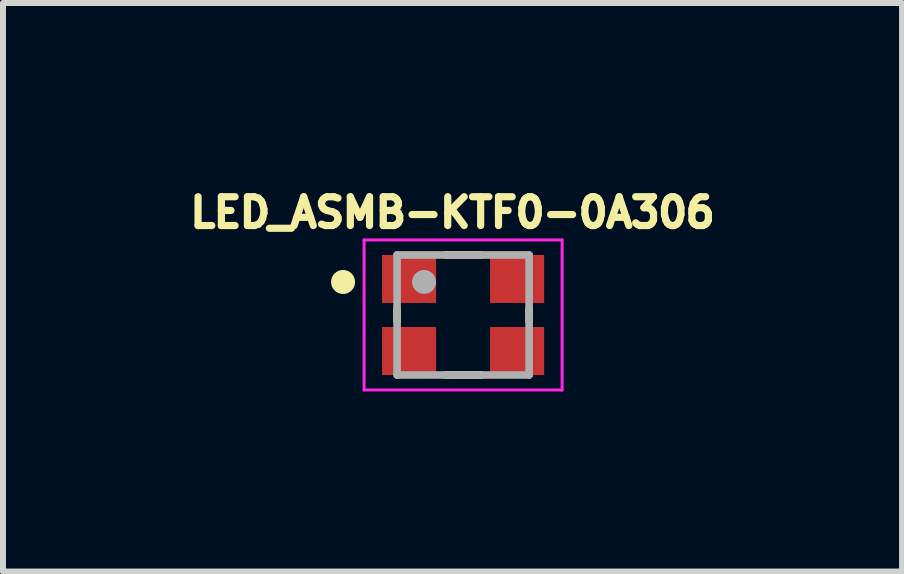
<source format=kicad_pcb>
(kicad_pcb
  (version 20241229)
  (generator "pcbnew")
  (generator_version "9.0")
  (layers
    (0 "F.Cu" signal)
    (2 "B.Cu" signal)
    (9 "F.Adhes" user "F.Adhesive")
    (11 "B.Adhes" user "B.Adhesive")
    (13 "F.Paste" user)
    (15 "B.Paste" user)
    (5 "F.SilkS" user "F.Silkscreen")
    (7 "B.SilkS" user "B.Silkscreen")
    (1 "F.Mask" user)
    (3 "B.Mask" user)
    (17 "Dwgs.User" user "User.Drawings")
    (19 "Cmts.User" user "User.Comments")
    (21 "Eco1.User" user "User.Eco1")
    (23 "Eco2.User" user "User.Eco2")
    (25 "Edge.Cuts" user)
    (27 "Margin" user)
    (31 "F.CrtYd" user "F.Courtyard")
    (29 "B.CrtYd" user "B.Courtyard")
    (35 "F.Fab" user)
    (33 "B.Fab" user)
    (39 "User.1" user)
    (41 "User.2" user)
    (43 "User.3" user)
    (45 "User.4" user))
  (footprint "LED_ASMB-KTF0-0A306"
    (layer "F.Cu")
    (at 4.666 2.198)
    (property "Reference" "LED_ASMB-KTF0-0A306" (at -0.176 -1.706 0) (layer "F.SilkS") (effects (font (size 0.48 0.48) (thickness 0.15))))
    (attr smd)
    (fp_line (start -1.1 -0.1) (end -1.1 0.1) (stroke (width 0.127) (type solid)) (layer "F.SilkS"))
    (fp_line (start -0.3 -1) (end 0.3 -1) (stroke (width 0.127) (type solid)) (layer "F.SilkS"))
    (fp_line (start -0.3 1) (end 0.3 1) (stroke (width 0.127) (type solid)) (layer "F.SilkS"))
    (fp_line (start 1.1 -0.1) (end 1.1 0.1) (stroke (width 0.127) (type solid)) (layer "F.SilkS"))
    (fp_circle (center -2 -0.55) (end -1.9 -0.55) (stroke (width 0.2) (type solid)) (fill no) (layer "F.SilkS"))
    (fp_line (start -1.65 -1.25) (end 1.65 -1.25) (stroke (width 0.05) (type solid)) (layer "F.CrtYd"))
    (fp_line (start -1.65 1.25) (end -1.65 -1.25) (stroke (width 0.05) (type solid)) (layer "F.CrtYd"))
    (fp_line (start 1.65 -1.25) (end 1.65 1.25) (stroke (width 0.05) (type solid)) (layer "F.CrtYd"))
    (fp_line (start 1.65 1.25) (end -1.65 1.25) (stroke (width 0.05) (type solid)) (layer "F.CrtYd"))
    (fp_line (start -1.1 -1) (end -1.1 1) (stroke (width 0.127) (type solid)) (layer "F.Fab"))
    (fp_line (start -1.1 1) (end 1.1 1) (stroke (width 0.127) (type solid)) (layer "F.Fab"))
    (fp_line (start 1.1 -1) (end -1.1 -1) (stroke (width 0.127) (type solid)) (layer "F.Fab"))
    (fp_line (start 1.1 1) (end 1.1 -1) (stroke (width 0.127) (type solid)) (layer "F.Fab"))
    (fp_circle (center -0.65 -0.55) (end -0.55 -0.55) (stroke (width 0.2) (type solid)) (fill no) (layer "F.Fab"))
    (pad "1" smd rect (at -0.9 -0.6) (size 0.9 0.8) (layers "F.Cu" "F.Mask" "F.Paste"))
    (pad "2" smd rect (at -0.9 0.6) (size 0.9 0.8) (layers "F.Cu" "F.Mask" "F.Paste"))
    (pad "3" smd rect (at 0.9 0.6) (size 0.9 0.8) (layers "F.Cu" "F.Mask" "F.Paste"))
    (pad "4" smd rect (at 0.9 -0.6) (size 0.9 0.8) (layers "F.Cu" "F.Mask" "F.Paste")))
  (gr_rect
    (start -3 -3)
    (end 11.98 6.473)
    (stroke (width 0.1) (type default))
    (fill no)
    (layer "Edge.Cuts")))
</source>
